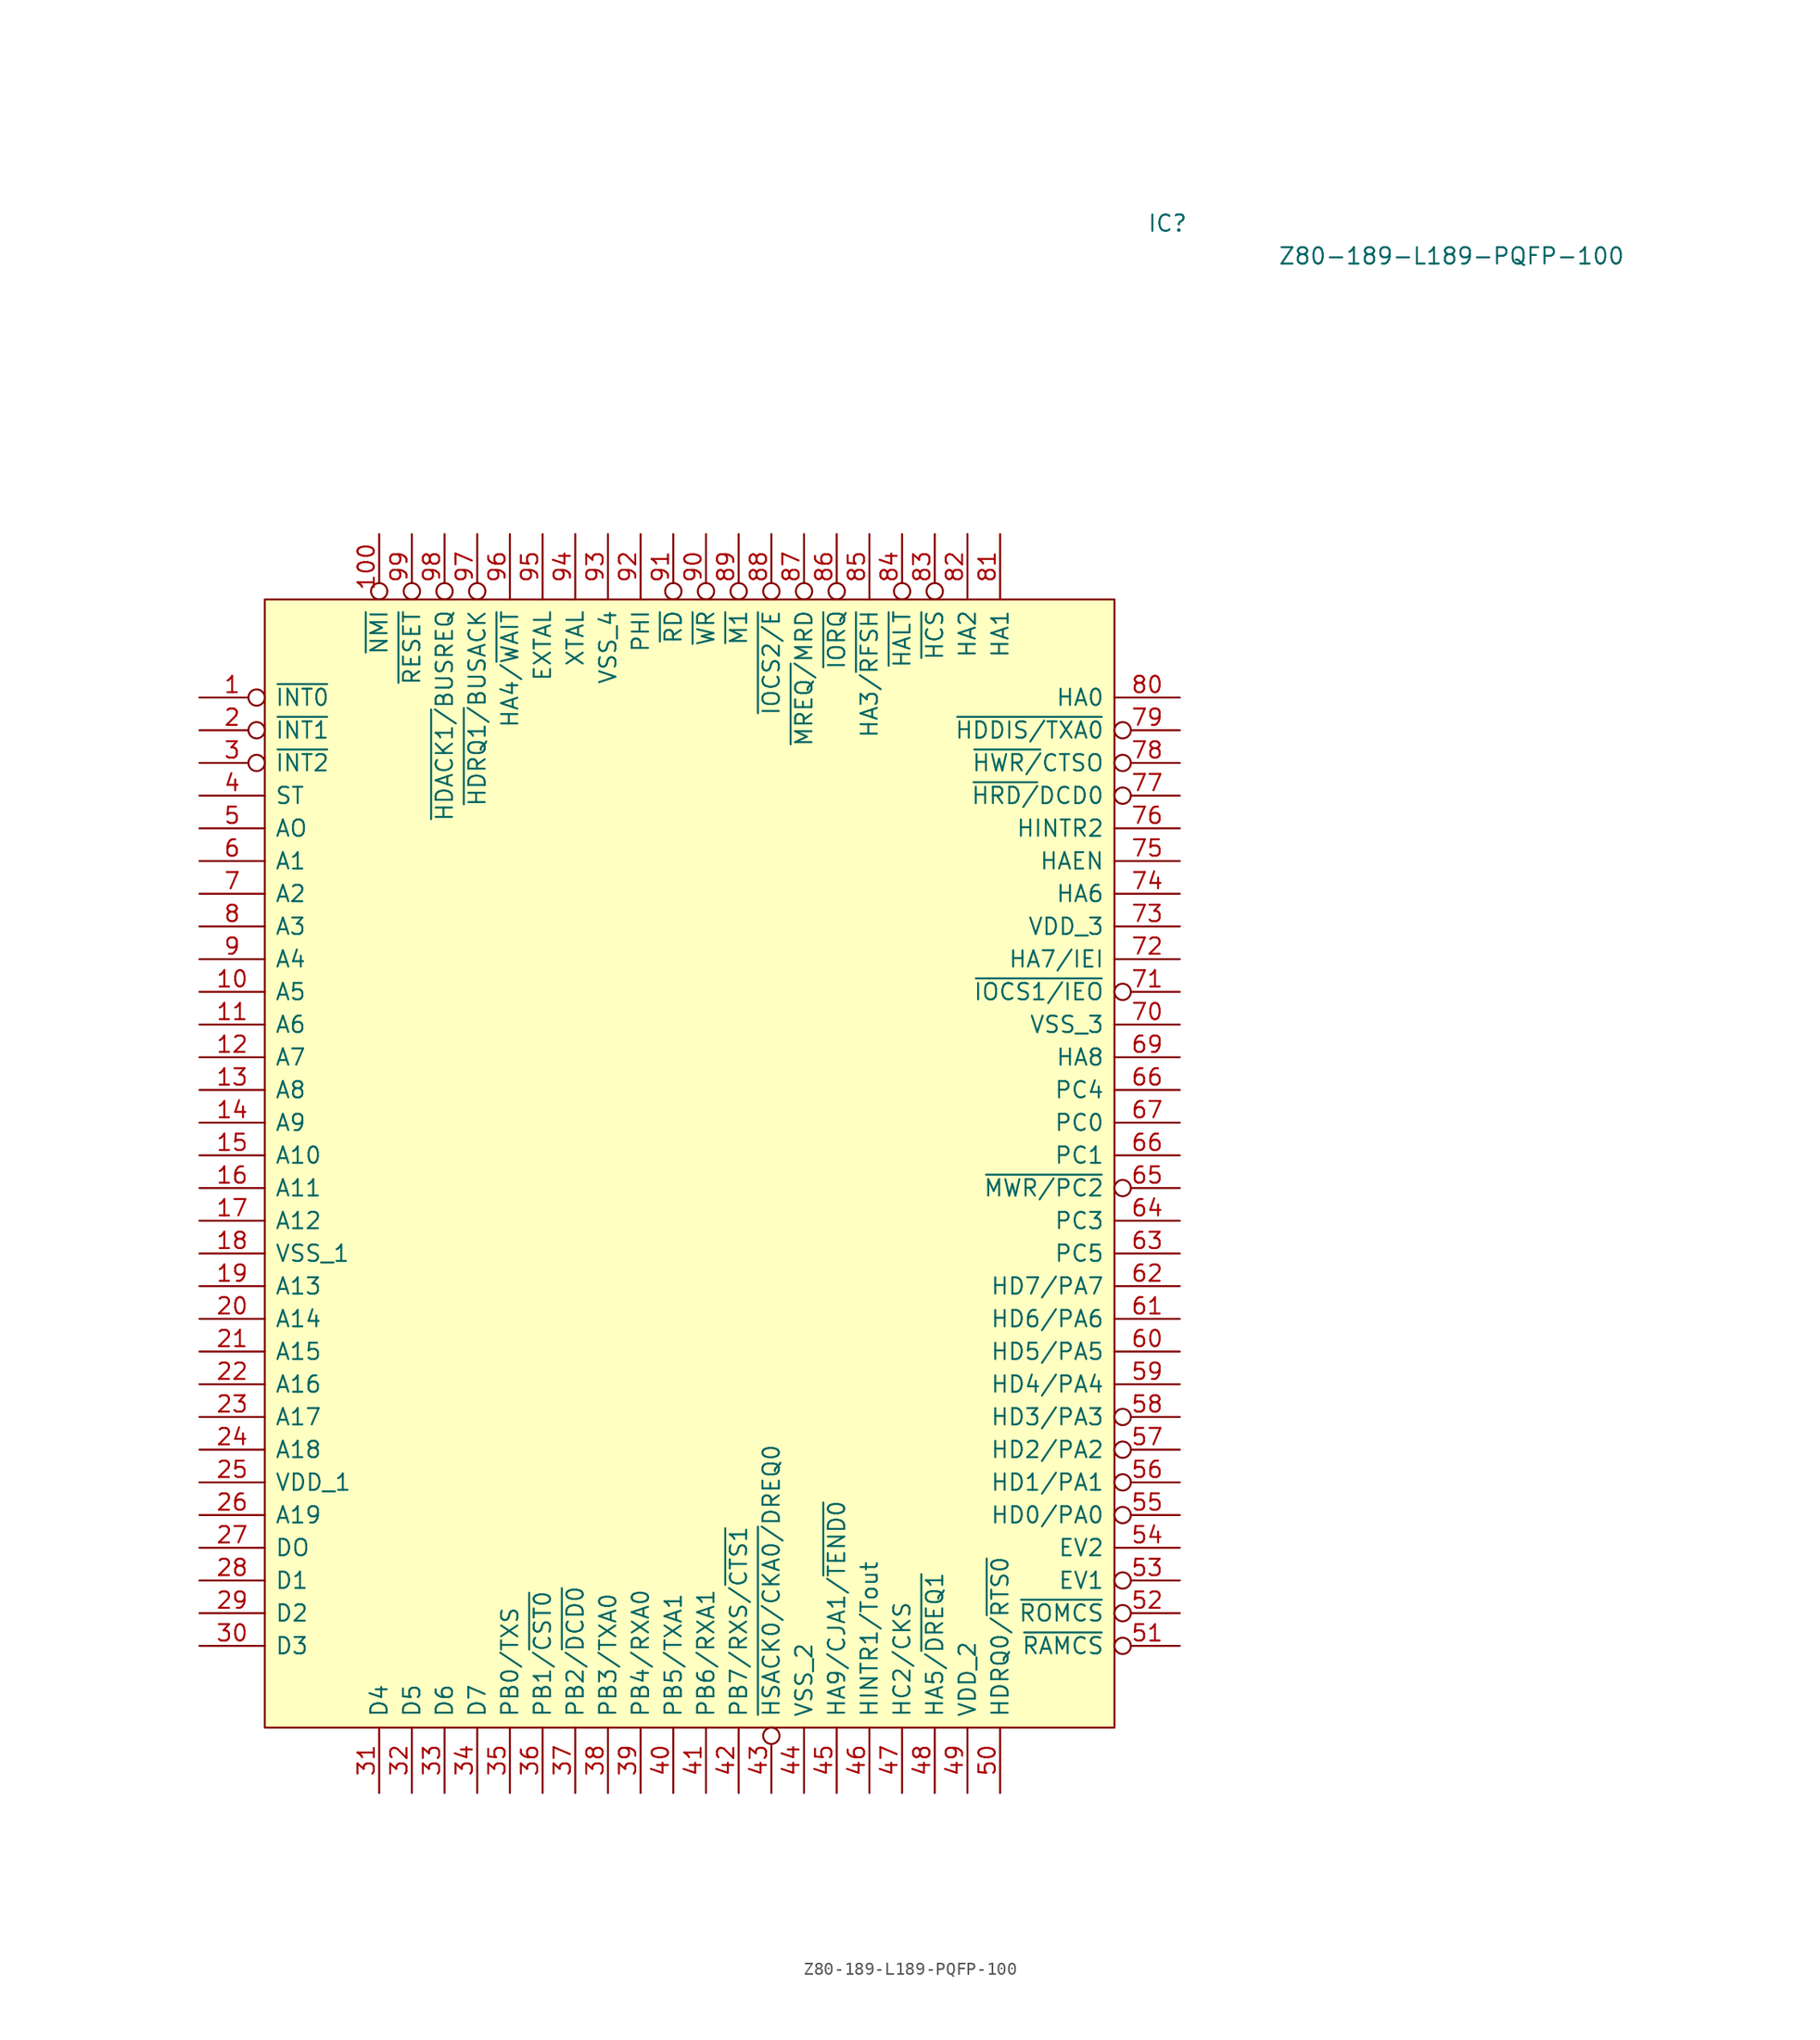
<source format=kicad_sym>
(kicad_symbol_lib
  (version 20231120)
  (generator "kicad_symbol_editor")
  (generator_version "8.0")
  (symbol "Z80-189-L189-PQFP-100"
    (pin_names
      (offset 0.762))
    (property "Reference" "IC"
      (at 68.58 29.21 0)
      (effects (font (size 1.27 1.27)) (justify left)))
    (property "Value" "Z80-189-L189-PQFP-100"
      (at 78.74 26.67 0)
      (effects (font (size 1.27 1.27)) (justify left)))
    (symbol "Z80-189-L189-PQFP-100_0_0"
      (pin input inverted (at -5.08 -7.62 0) (length 5.08) (name "~{INT0}" (effects (font (size 1.27 1.27)))) (number "1" (effects (font (size 1.27 1.27)))))
      (pin tri_state line (at -5.08 -30.48 0) (length 5.08) (name "A5" (effects (font (size 1.27 1.27)))) (number "10" (effects (font (size 1.27 1.27)))))
      (pin input inverted (at 8.89 5.08 270) (length 5.08) (name "~{NMI}" (effects (font (size 1.27 1.27)))) (number "100" (effects (font (size 1.27 1.27)))))
      (pin tri_state line (at -5.08 -33.02 0) (length 5.08) (name "A6" (effects (font (size 1.27 1.27)))) (number "11" (effects (font (size 1.27 1.27)))))
      (pin tri_state line (at -5.08 -35.56 0) (length 5.08) (name "A7" (effects (font (size 1.27 1.27)))) (number "12" (effects (font (size 1.27 1.27)))))
      (pin tri_state line (at -5.08 -38.1 0) (length 5.08) (name "A8" (effects (font (size 1.27 1.27)))) (number "13" (effects (font (size 1.27 1.27)))))
      (pin tri_state line (at -5.08 -40.64 0) (length 5.08) (name "A9" (effects (font (size 1.27 1.27)))) (number "14" (effects (font (size 1.27 1.27)))))
      (pin tri_state line (at -5.08 -43.18 0) (length 5.08) (name "A10" (effects (font (size 1.27 1.27)))) (number "15" (effects (font (size 1.27 1.27)))))
      (pin tri_state line (at -5.08 -45.72 0) (length 5.08) (name "A11" (effects (font (size 1.27 1.27)))) (number "16" (effects (font (size 1.27 1.27)))))
      (pin tri_state line (at -5.08 -48.26 0) (length 5.08) (name "A12" (effects (font (size 1.27 1.27)))) (number "17" (effects (font (size 1.27 1.27)))))
      (pin power_in line (at -5.08 -50.8 0) (length 5.08) (name "VSS_1" (effects (font (size 1.27 1.27)))) (number "18" (effects (font (size 1.27 1.27)))))
      (pin tri_state line (at -5.08 -53.34 0) (length 5.08) (name "A13" (effects (font (size 1.27 1.27)))) (number "19" (effects (font (size 1.27 1.27)))))
      (pin input inverted (at -5.08 -10.16 0) (length 5.08) (name "~{INT1}" (effects (font (size 1.27 1.27)))) (number "2" (effects (font (size 1.27 1.27)))))
      (pin tri_state line (at -5.08 -55.88 0) (length 5.08) (name "A14" (effects (font (size 1.27 1.27)))) (number "20" (effects (font (size 1.27 1.27)))))
      (pin tri_state line (at -5.08 -58.42 0) (length 5.08) (name "A15" (effects (font (size 1.27 1.27)))) (number "21" (effects (font (size 1.27 1.27)))))
      (pin tri_state line (at -5.08 -60.96 0) (length 5.08) (name "A16" (effects (font (size 1.27 1.27)))) (number "22" (effects (font (size 1.27 1.27)))))
      (pin tri_state line (at -5.08 -63.5 0) (length 5.08) (name "A17" (effects (font (size 1.27 1.27)))) (number "23" (effects (font (size 1.27 1.27)))))
      (pin tri_state line (at -5.08 -66.04 0) (length 5.08) (name "A18" (effects (font (size 1.27 1.27)))) (number "24" (effects (font (size 1.27 1.27)))))
      (pin power_in line (at -5.08 -68.58 0) (length 5.08) (name "VDD_1" (effects (font (size 1.27 1.27)))) (number "25" (effects (font (size 1.27 1.27)))))
      (pin tri_state line (at -5.08 -71.12 0) (length 5.08) (name "A19" (effects (font (size 1.27 1.27)))) (number "26" (effects (font (size 1.27 1.27)))))
      (pin tri_state line (at -5.08 -73.66 0) (length 5.08) (name "DO" (effects (font (size 1.27 1.27)))) (number "27" (effects (font (size 1.27 1.27)))))
      (pin tri_state line (at -5.08 -76.2 0) (length 5.08) (name "D1" (effects (font (size 1.27 1.27)))) (number "28" (effects (font (size 1.27 1.27)))))
      (pin tri_state line (at -5.08 -78.74 0) (length 5.08) (name "D2" (effects (font (size 1.27 1.27)))) (number "29" (effects (font (size 1.27 1.27)))))
      (pin input inverted (at -5.08 -12.7 0) (length 5.08) (name "~{INT2}" (effects (font (size 1.27 1.27)))) (number "3" (effects (font (size 1.27 1.27)))))
      (pin tri_state line (at -5.08 -81.28 0) (length 5.08) (name "D3" (effects (font (size 1.27 1.27)))) (number "30" (effects (font (size 1.27 1.27)))))
      (pin tri_state line (at 8.89 -92.71 90) (length 5.08) (name "D4" (effects (font (size 1.27 1.27)))) (number "31" (effects (font (size 1.27 1.27)))))
      (pin tri_state line (at 11.43 -92.71 90) (length 5.08) (name "D5" (effects (font (size 1.27 1.27)))) (number "32" (effects (font (size 1.27 1.27)))))
      (pin tri_state line (at 13.97 -92.71 90) (length 5.08) (name "D6" (effects (font (size 1.27 1.27)))) (number "33" (effects (font (size 1.27 1.27)))))
      (pin tri_state line (at 16.51 -92.71 90) (length 5.08) (name "D7" (effects (font (size 1.27 1.27)))) (number "34" (effects (font (size 1.27 1.27)))))
      (pin bidirectional line (at 19.05 -92.71 90) (length 5.08) (name "PB0/TXS" (effects (font (size 1.27 1.27)))) (number "35" (effects (font (size 1.27 1.27)))))
      (pin bidirectional line (at 21.59 -92.71 90) (length 5.08) (name "PB1/~{CST0}" (effects (font (size 1.27 1.27)))) (number "36" (effects (font (size 1.27 1.27)))))
      (pin bidirectional line (at 24.13 -92.71 90) (length 5.08) (name "PB2/~{DCD0}" (effects (font (size 1.27 1.27)))) (number "37" (effects (font (size 1.27 1.27)))))
      (pin bidirectional line (at 26.67 -92.71 90) (length 5.08) (name "PB3/TXA0" (effects (font (size 1.27 1.27)))) (number "38" (effects (font (size 1.27 1.27)))))
      (pin bidirectional line (at 29.21 -92.71 90) (length 5.08) (name "PB4/RXA0" (effects (font (size 1.27 1.27)))) (number "39" (effects (font (size 1.27 1.27)))))
      (pin output line (at -5.08 -15.24 0) (length 5.08) (name "ST" (effects (font (size 1.27 1.27)))) (number "4" (effects (font (size 1.27 1.27)))))
      (pin bidirectional line (at 31.75 -92.71 90) (length 5.08) (name "PB5/TXA1" (effects (font (size 1.27 1.27)))) (number "40" (effects (font (size 1.27 1.27)))))
      (pin bidirectional line (at 34.29 -92.71 90) (length 5.08) (name "PB6/RXA1" (effects (font (size 1.27 1.27)))) (number "41" (effects (font (size 1.27 1.27)))))
      (pin bidirectional line (at 36.83 -92.71 90) (length 5.08) (name "PB7/RXS/~{CTS1}" (effects (font (size 1.27 1.27)))) (number "42" (effects (font (size 1.27 1.27)))))
      (pin bidirectional inverted (at 39.37 -92.71 90) (length 5.08) (name "~{HSACK0/CKA0/}DREQ0" (effects (font (size 1.27 1.27)))) (number "43" (effects (font (size 1.27 1.27)))))
      (pin power_in line (at 41.91 -92.71 90) (length 5.08) (name "VSS_2" (effects (font (size 1.27 1.27)))) (number "44" (effects (font (size 1.27 1.27)))))
      (pin input line (at 44.45 -92.71 90) (length 5.08) (name "HA9/CJA1/~{TEND0}" (effects (font (size 1.27 1.27)))) (number "45" (effects (font (size 1.27 1.27)))))
      (pin bidirectional line (at 46.99 -92.71 90) (length 5.08) (name "HINTR1/Tout" (effects (font (size 1.27 1.27)))) (number "46" (effects (font (size 1.27 1.27)))))
      (pin input line (at 49.53 -92.71 90) (length 5.08) (name "HC2/CKS" (effects (font (size 1.27 1.27)))) (number "47" (effects (font (size 1.27 1.27)))))
      (pin input line (at 52.07 -92.71 90) (length 5.08) (name "HA5/~{DREQ1}" (effects (font (size 1.27 1.27)))) (number "48" (effects (font (size 1.27 1.27)))))
      (pin bidirectional line (at 54.61 -92.71 90) (length 5.08) (name "VDD_2" (effects (font (size 1.27 1.27)))) (number "49" (effects (font (size 1.27 1.27)))))
      (pin tri_state line (at -5.08 -17.78 0) (length 5.08) (name "AO" (effects (font (size 1.27 1.27)))) (number "5" (effects (font (size 1.27 1.27)))))
      (pin bidirectional line (at 57.15 -92.71 90) (length 5.08) (name "HDRQ0/~{RTS0}" (effects (font (size 1.27 1.27)))) (number "50" (effects (font (size 1.27 1.27)))))
      (pin output inverted (at 71.12 -81.28 180) (length 5.08) (name "~{RAMCS}" (effects (font (size 1.27 1.27)))) (number "51" (effects (font (size 1.27 1.27)))))
      (pin output inverted (at 71.12 -78.74 180) (length 5.08) (name "~{ROMCS}" (effects (font (size 1.27 1.27)))) (number "52" (effects (font (size 1.27 1.27)))))
      (pin input inverted (at 71.12 -76.2 180) (length 5.08) (name "EV1" (effects (font (size 1.27 1.27)))) (number "53" (effects (font (size 1.27 1.27)))))
      (pin input line (at 71.12 -73.66 180) (length 5.08) (name "EV2" (effects (font (size 1.27 1.27)))) (number "54" (effects (font (size 1.27 1.27)))))
      (pin tri_state inverted (at 71.12 -71.12 180) (length 5.08) (name "HD0/PA0" (effects (font (size 1.27 1.27)))) (number "55" (effects (font (size 1.27 1.27)))))
      (pin tri_state inverted (at 71.12 -68.58 180) (length 5.08) (name "HD1/PA1" (effects (font (size 1.27 1.27)))) (number "56" (effects (font (size 1.27 1.27)))))
      (pin tri_state inverted (at 71.12 -66.04 180) (length 5.08) (name "HD2/PA2" (effects (font (size 1.27 1.27)))) (number "57" (effects (font (size 1.27 1.27)))))
      (pin tri_state inverted (at 71.12 -63.5 180) (length 5.08) (name "HD3/PA3" (effects (font (size 1.27 1.27)))) (number "58" (effects (font (size 1.27 1.27)))))
      (pin tri_state line (at 71.12 -60.96 180) (length 5.08) (name "HD4/PA4" (effects (font (size 1.27 1.27)))) (number "59" (effects (font (size 1.27 1.27)))))
      (pin tri_state line (at -5.08 -20.32 0) (length 5.08) (name "A1" (effects (font (size 1.27 1.27)))) (number "6" (effects (font (size 1.27 1.27)))))
      (pin tri_state line (at 71.12 -58.42 180) (length 5.08) (name "HD5/PA5" (effects (font (size 1.27 1.27)))) (number "60" (effects (font (size 1.27 1.27)))))
      (pin tri_state line (at 71.12 -55.88 180) (length 5.08) (name "HD6/PA6" (effects (font (size 1.27 1.27)))) (number "61" (effects (font (size 1.27 1.27)))))
      (pin tri_state line (at 71.12 -53.34 180) (length 5.08) (name "HD7/PA7" (effects (font (size 1.27 1.27)))) (number "62" (effects (font (size 1.27 1.27)))))
      (pin bidirectional line (at 71.12 -50.8 180) (length 5.08) (name "PC5" (effects (font (size 1.27 1.27)))) (number "63" (effects (font (size 1.27 1.27)))))
      (pin bidirectional inverted (at 71.12 -45.72 180) (length 5.08) (name "~{MWR/PC2}" (effects (font (size 1.27 1.27)))) (number "65" (effects (font (size 1.27 1.27)))))
      (pin bidirectional line (at 71.12 -43.18 180) (length 5.08) (name "PC1" (effects (font (size 1.27 1.27)))) (number "66" (effects (font (size 1.27 1.27)))))
      (pin bidirectional line (at 71.12 -38.1 180) (length 5.08) (name "PC4" (effects (font (size 1.27 1.27)))) (number "66" (effects (font (size 1.27 1.27)))))
      (pin bidirectional line (at 71.12 -40.64 180) (length 5.08) (name "PC0" (effects (font (size 1.27 1.27)))) (number "67" (effects (font (size 1.27 1.27)))))
      (pin input line (at 71.12 -35.56 180) (length 5.08) (name "HA8" (effects (font (size 1.27 1.27)))) (number "69" (effects (font (size 1.27 1.27)))))
      (pin tri_state line (at -5.08 -22.86 0) (length 5.08) (name "A2" (effects (font (size 1.27 1.27)))) (number "7" (effects (font (size 1.27 1.27)))))
      (pin power_in line (at 71.12 -33.02 180) (length 5.08) (name "VSS_3" (effects (font (size 1.27 1.27)))) (number "70" (effects (font (size 1.27 1.27)))))
      (pin output inverted (at 71.12 -30.48 180) (length 5.08) (name "~{IOCS1/IEO}" (effects (font (size 1.27 1.27)))) (number "71" (effects (font (size 1.27 1.27)))))
      (pin input line (at 71.12 -27.94 180) (length 5.08) (name "HA7/IEI" (effects (font (size 1.27 1.27)))) (number "72" (effects (font (size 1.27 1.27)))))
      (pin power_in line (at 71.12 -25.4 180) (length 5.08) (name "VDD_3" (effects (font (size 1.27 1.27)))) (number "73" (effects (font (size 1.27 1.27)))))
      (pin input line (at 71.12 -22.86 180) (length 5.08) (name "HA6" (effects (font (size 1.27 1.27)))) (number "74" (effects (font (size 1.27 1.27)))))
      (pin input line (at 71.12 -20.32 180) (length 5.08) (name "HAEN" (effects (font (size 1.27 1.27)))) (number "75" (effects (font (size 1.27 1.27)))))
      (pin bidirectional line (at 71.12 -17.78 180) (length 5.08) (name "HINTR2" (effects (font (size 1.27 1.27)))) (number "76" (effects (font (size 1.27 1.27)))))
      (pin bidirectional inverted (at 71.12 -15.24 180) (length 5.08) (name "~{HRD/}DCD0" (effects (font (size 1.27 1.27)))) (number "77" (effects (font (size 1.27 1.27)))))
      (pin bidirectional inverted (at 71.12 -12.7 180) (length 5.08) (name "~{HWR/}CTSO" (effects (font (size 1.27 1.27)))) (number "78" (effects (font (size 1.27 1.27)))))
      (pin bidirectional inverted (at 71.12 -10.16 180) (length 5.08) (name "~{HDDIS/TXA0}" (effects (font (size 1.27 1.27)))) (number "79" (effects (font (size 1.27 1.27)))))
      (pin tri_state line (at -5.08 -25.4 0) (length 5.08) (name "A3" (effects (font (size 1.27 1.27)))) (number "8" (effects (font (size 1.27 1.27)))))
      (pin input line (at 71.12 -7.62 180) (length 5.08) (name "HA0" (effects (font (size 1.27 1.27)))) (number "80" (effects (font (size 1.27 1.27)))))
      (pin input line (at 57.15 5.08 270) (length 5.08) (name "HA1" (effects (font (size 1.27 1.27)))) (number "81" (effects (font (size 1.27 1.27)))))
      (pin input line (at 54.61 5.08 270) (length 5.08) (name "HA2" (effects (font (size 1.27 1.27)))) (number "82" (effects (font (size 1.27 1.27)))))
      (pin bidirectional inverted (at 52.07 5.08 270) (length 5.08) (name "~{HCS}" (effects (font (size 1.27 1.27)))) (number "83" (effects (font (size 1.27 1.27)))))
      (pin bidirectional inverted (at 49.53 5.08 270) (length 5.08) (name "~{HALT}" (effects (font (size 1.27 1.27)))) (number "84" (effects (font (size 1.27 1.27)))))
      (pin input line (at 46.99 5.08 270) (length 5.08) (name "HA3/~{RFSH}" (effects (font (size 1.27 1.27)))) (number "85" (effects (font (size 1.27 1.27)))))
      (pin tri_state inverted (at 44.45 5.08 270) (length 5.08) (name "~{IORQ}" (effects (font (size 1.27 1.27)))) (number "86" (effects (font (size 1.27 1.27)))))
      (pin bidirectional inverted (at 41.91 5.08 270) (length 5.08) (name "~{MREQ/}MRD" (effects (font (size 1.27 1.27)))) (number "87" (effects (font (size 1.27 1.27)))))
      (pin output inverted (at 39.37 5.08 270) (length 5.08) (name "~{IOCS2/E}" (effects (font (size 1.27 1.27)))) (number "88" (effects (font (size 1.27 1.27)))))
      (pin bidirectional inverted (at 36.83 5.08 270) (length 5.08) (name "~{M1}" (effects (font (size 1.27 1.27)))) (number "89" (effects (font (size 1.27 1.27)))))
      (pin tri_state line (at -5.08 -27.94 0) (length 5.08) (name "A4" (effects (font (size 1.27 1.27)))) (number "9" (effects (font (size 1.27 1.27)))))
      (pin output inverted (at 34.29 5.08 270) (length 5.08) (name "~{WR}" (effects (font (size 1.27 1.27)))) (number "90" (effects (font (size 1.27 1.27)))))
      (pin tri_state inverted (at 31.75 5.08 270) (length 5.08) (name "~{RD}" (effects (font (size 1.27 1.27)))) (number "91" (effects (font (size 1.27 1.27)))))
      (pin output line (at 29.21 5.08 270) (length 5.08) (name "PHI" (effects (font (size 1.27 1.27)))) (number "92" (effects (font (size 1.27 1.27)))))
      (pin power_in line (at 26.67 5.08 270) (length 5.08) (name "VSS_4" (effects (font (size 1.27 1.27)))) (number "93" (effects (font (size 1.27 1.27)))))
      (pin output line (at 24.13 5.08 270) (length 5.08) (name "XTAL" (effects (font (size 1.27 1.27)))) (number "94" (effects (font (size 1.27 1.27)))))
      (pin input line (at 21.59 5.08 270) (length 5.08) (name "EXTAL" (effects (font (size 1.27 1.27)))) (number "95" (effects (font (size 1.27 1.27)))))
      (pin input line (at 19.05 5.08 270) (length 5.08) (name "HA4/~{WAIT}" (effects (font (size 1.27 1.27)))) (number "96" (effects (font (size 1.27 1.27)))))
      (pin input inverted (at 16.51 5.08 270) (length 5.08) (name "~{HDRQ1/}BUSACK" (effects (font (size 1.27 1.27)))) (number "97" (effects (font (size 1.27 1.27)))))
      (pin input inverted (at 13.97 5.08 270) (length 5.08) (name "~{HDACK1/}BUSREQ" (effects (font (size 1.27 1.27)))) (number "98" (effects (font (size 1.27 1.27)))))
      (pin input inverted (at 11.43 5.08 270) (length 5.08) (name "~{RESET}" (effects (font (size 1.27 1.27)))) (number "99" (effects (font (size 1.27 1.27))))))
    (symbol "Z80-189-L189-PQFP-100_0_1"
      (rectangle (start 0 0) (end 66.04 -87.63) (stroke (width 0) (type solid)) (fill (type background))))
    (symbol "Z80-189-L189-PQFP-100_1_1"
      (pin bidirectional line (at 71.12 -48.26 180) (length 5.08) (name "PC3" (effects (font (size 1.27 1.27)))) (number "64" (effects (font (size 1.27 1.27))))))))
</source>
